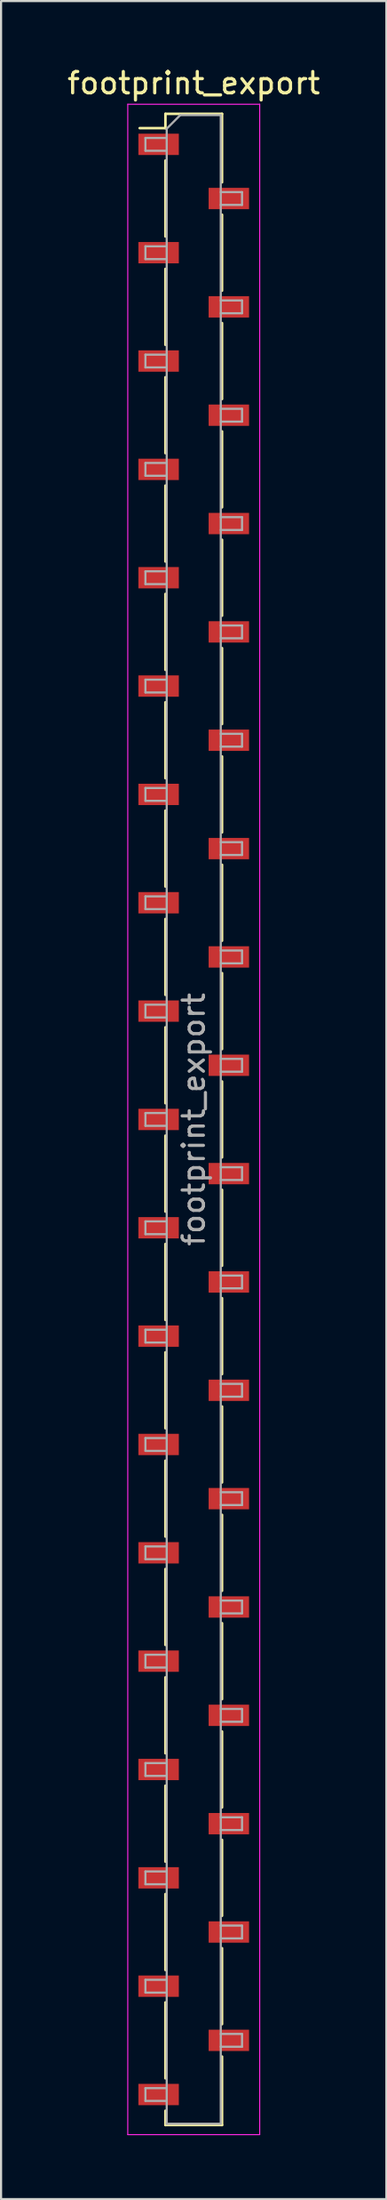
<source format=kicad_pcb>
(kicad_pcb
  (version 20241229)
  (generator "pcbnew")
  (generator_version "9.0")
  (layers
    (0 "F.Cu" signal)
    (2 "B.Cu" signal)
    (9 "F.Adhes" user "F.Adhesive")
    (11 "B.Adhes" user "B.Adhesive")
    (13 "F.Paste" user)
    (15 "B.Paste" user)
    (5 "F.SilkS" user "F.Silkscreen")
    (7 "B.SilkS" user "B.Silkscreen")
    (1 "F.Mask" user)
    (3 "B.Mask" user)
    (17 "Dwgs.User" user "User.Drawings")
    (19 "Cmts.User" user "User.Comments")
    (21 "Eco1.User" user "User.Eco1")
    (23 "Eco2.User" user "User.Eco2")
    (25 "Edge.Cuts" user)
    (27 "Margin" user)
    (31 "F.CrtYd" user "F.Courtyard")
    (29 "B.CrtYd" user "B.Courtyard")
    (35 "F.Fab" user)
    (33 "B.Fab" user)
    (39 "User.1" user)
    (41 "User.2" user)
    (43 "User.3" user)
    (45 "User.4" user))
  (footprint "footprint_export"
    (layer "F.Cu")
    (at 6.054 49.438)
    (property "Reference" "footprint_export" (at 0 -48.59 0) (layer "F.SilkS") (effects (font (size 1 1) (thickness 0.15))))
    (attr smd)
    (fp_line (start -2.54 -46.48) (end -1.33 -46.48) (stroke (width 0.12) (type solid)) (layer "F.SilkS"))
    (fp_line (start -1.33 -47.15) (end -1.33 -46.48) (stroke (width 0.12) (type solid)) (layer "F.SilkS"))
    (fp_line (start -1.33 -47.15) (end 1.33 -47.15) (stroke (width 0.12) (type solid)) (layer "F.SilkS"))
    (fp_line (start -1.33 -44.96) (end -1.33 -41.4) (stroke (width 0.12) (type solid)) (layer "F.SilkS"))
    (fp_line (start -1.33 -39.88) (end -1.33 -36.32) (stroke (width 0.12) (type solid)) (layer "F.SilkS"))
    (fp_line (start -1.33 -34.8) (end -1.33 -31.24) (stroke (width 0.12) (type solid)) (layer "F.SilkS"))
    (fp_line (start -1.33 -29.72) (end -1.33 -26.16) (stroke (width 0.12) (type solid)) (layer "F.SilkS"))
    (fp_line (start -1.33 -24.64) (end -1.33 -21.08) (stroke (width 0.12) (type solid)) (layer "F.SilkS"))
    (fp_line (start -1.33 -19.56) (end -1.33 -16) (stroke (width 0.12) (type solid)) (layer "F.SilkS"))
    (fp_line (start -1.33 -14.48) (end -1.33 -10.92) (stroke (width 0.12) (type solid)) (layer "F.SilkS"))
    (fp_line (start -1.33 -9.4) (end -1.33 -5.84) (stroke (width 0.12) (type solid)) (layer "F.SilkS"))
    (fp_line (start -1.33 -4.32) (end -1.33 -0.76) (stroke (width 0.12) (type solid)) (layer "F.SilkS"))
    (fp_line (start -1.33 0.76) (end -1.33 4.32) (stroke (width 0.12) (type solid)) (layer "F.SilkS"))
    (fp_line (start -1.33 5.84) (end -1.33 9.4) (stroke (width 0.12) (type solid)) (layer "F.SilkS"))
    (fp_line (start -1.33 10.92) (end -1.33 14.48) (stroke (width 0.12) (type solid)) (layer "F.SilkS"))
    (fp_line (start -1.33 16) (end -1.33 19.56) (stroke (width 0.12) (type solid)) (layer "F.SilkS"))
    (fp_line (start -1.33 21.08) (end -1.33 24.64) (stroke (width 0.12) (type solid)) (layer "F.SilkS"))
    (fp_line (start -1.33 26.16) (end -1.33 29.72) (stroke (width 0.12) (type solid)) (layer "F.SilkS"))
    (fp_line (start -1.33 31.24) (end -1.33 34.8) (stroke (width 0.12) (type solid)) (layer "F.SilkS"))
    (fp_line (start -1.33 36.32) (end -1.33 39.88) (stroke (width 0.12) (type solid)) (layer "F.SilkS"))
    (fp_line (start -1.33 41.4) (end -1.33 44.96) (stroke (width 0.12) (type solid)) (layer "F.SilkS"))
    (fp_line (start -1.33 46.48) (end -1.33 47.15) (stroke (width 0.12) (type solid)) (layer "F.SilkS"))
    (fp_line (start -1.33 47.15) (end 1.33 47.15) (stroke (width 0.12) (type solid)) (layer "F.SilkS"))
    (fp_line (start 1.33 -47.15) (end 1.33 -43.94) (stroke (width 0.12) (type solid)) (layer "F.SilkS"))
    (fp_line (start 1.33 -42.42) (end 1.33 -38.86) (stroke (width 0.12) (type solid)) (layer "F.SilkS"))
    (fp_line (start 1.33 -37.34) (end 1.33 -33.78) (stroke (width 0.12) (type solid)) (layer "F.SilkS"))
    (fp_line (start 1.33 -32.26) (end 1.33 -28.7) (stroke (width 0.12) (type solid)) (layer "F.SilkS"))
    (fp_line (start 1.33 -27.18) (end 1.33 -23.62) (stroke (width 0.12) (type solid)) (layer "F.SilkS"))
    (fp_line (start 1.33 -22.1) (end 1.33 -18.54) (stroke (width 0.12) (type solid)) (layer "F.SilkS"))
    (fp_line (start 1.33 -17.02) (end 1.33 -13.46) (stroke (width 0.12) (type solid)) (layer "F.SilkS"))
    (fp_line (start 1.33 -11.94) (end 1.33 -8.38) (stroke (width 0.12) (type solid)) (layer "F.SilkS"))
    (fp_line (start 1.33 -6.86) (end 1.33 -3.3) (stroke (width 0.12) (type solid)) (layer "F.SilkS"))
    (fp_line (start 1.33 -1.78) (end 1.33 1.78) (stroke (width 0.12) (type solid)) (layer "F.SilkS"))
    (fp_line (start 1.33 3.3) (end 1.33 6.86) (stroke (width 0.12) (type solid)) (layer "F.SilkS"))
    (fp_line (start 1.33 8.38) (end 1.33 11.94) (stroke (width 0.12) (type solid)) (layer "F.SilkS"))
    (fp_line (start 1.33 13.46) (end 1.33 17.02) (stroke (width 0.12) (type solid)) (layer "F.SilkS"))
    (fp_line (start 1.33 18.54) (end 1.33 22.1) (stroke (width 0.12) (type solid)) (layer "F.SilkS"))
    (fp_line (start 1.33 23.62) (end 1.33 27.18) (stroke (width 0.12) (type solid)) (layer "F.SilkS"))
    (fp_line (start 1.33 28.7) (end 1.33 32.26) (stroke (width 0.12) (type solid)) (layer "F.SilkS"))
    (fp_line (start 1.33 33.78) (end 1.33 37.34) (stroke (width 0.12) (type solid)) (layer "F.SilkS"))
    (fp_line (start 1.33 38.86) (end 1.33 42.42) (stroke (width 0.12) (type solid)) (layer "F.SilkS"))
    (fp_line (start 1.33 43.94) (end 1.33 47.15) (stroke (width 0.12) (type solid)) (layer "F.SilkS"))
    (fp_line (start -3.1 -47.6) (end 3.1 -47.6) (stroke (width 0.05) (type solid)) (layer "F.CrtYd"))
    (fp_line (start -3.1 47.6) (end -3.1 -47.6) (stroke (width 0.05) (type solid)) (layer "F.CrtYd"))
    (fp_line (start 3.1 -47.6) (end 3.1 47.6) (stroke (width 0.05) (type solid)) (layer "F.CrtYd"))
    (fp_line (start 3.1 47.6) (end -3.1 47.6) (stroke (width 0.05) (type solid)) (layer "F.CrtYd"))
    (fp_line (start -2.27 -46.02) (end -1.27 -46.02) (stroke (width 0.1) (type solid)) (layer "F.Fab"))
    (fp_line (start -2.27 -45.42) (end -2.27 -46.02) (stroke (width 0.1) (type solid)) (layer "F.Fab"))
    (fp_line (start -2.27 -40.94) (end -1.27 -40.94) (stroke (width 0.1) (type solid)) (layer "F.Fab"))
    (fp_line (start -2.27 -40.34) (end -2.27 -40.94) (stroke (width 0.1) (type solid)) (layer "F.Fab"))
    (fp_line (start -2.27 -35.86) (end -1.27 -35.86) (stroke (width 0.1) (type solid)) (layer "F.Fab"))
    (fp_line (start -2.27 -35.26) (end -2.27 -35.86) (stroke (width 0.1) (type solid)) (layer "F.Fab"))
    (fp_line (start -2.27 -30.78) (end -1.27 -30.78) (stroke (width 0.1) (type solid)) (layer "F.Fab"))
    (fp_line (start -2.27 -30.18) (end -2.27 -30.78) (stroke (width 0.1) (type solid)) (layer "F.Fab"))
    (fp_line (start -2.27 -25.7) (end -1.27 -25.7) (stroke (width 0.1) (type solid)) (layer "F.Fab"))
    (fp_line (start -2.27 -25.1) (end -2.27 -25.7) (stroke (width 0.1) (type solid)) (layer "F.Fab"))
    (fp_line (start -2.27 -20.62) (end -1.27 -20.62) (stroke (width 0.1) (type solid)) (layer "F.Fab"))
    (fp_line (start -2.27 -20.02) (end -2.27 -20.62) (stroke (width 0.1) (type solid)) (layer "F.Fab"))
    (fp_line (start -2.27 -15.54) (end -1.27 -15.54) (stroke (width 0.1) (type solid)) (layer "F.Fab"))
    (fp_line (start -2.27 -14.94) (end -2.27 -15.54) (stroke (width 0.1) (type solid)) (layer "F.Fab"))
    (fp_line (start -2.27 -10.46) (end -1.27 -10.46) (stroke (width 0.1) (type solid)) (layer "F.Fab"))
    (fp_line (start -2.27 -9.86) (end -2.27 -10.46) (stroke (width 0.1) (type solid)) (layer "F.Fab"))
    (fp_line (start -2.27 -5.38) (end -1.27 -5.38) (stroke (width 0.1) (type solid)) (layer "F.Fab"))
    (fp_line (start -2.27 -4.78) (end -2.27 -5.38) (stroke (width 0.1) (type solid)) (layer "F.Fab"))
    (fp_line (start -2.27 -0.3) (end -1.27 -0.3) (stroke (width 0.1) (type solid)) (layer "F.Fab"))
    (fp_line (start -2.27 0.3) (end -2.27 -0.3) (stroke (width 0.1) (type solid)) (layer "F.Fab"))
    (fp_line (start -2.27 4.78) (end -1.27 4.78) (stroke (width 0.1) (type solid)) (layer "F.Fab"))
    (fp_line (start -2.27 5.38) (end -2.27 4.78) (stroke (width 0.1) (type solid)) (layer "F.Fab"))
    (fp_line (start -2.27 9.86) (end -1.27 9.86) (stroke (width 0.1) (type solid)) (layer "F.Fab"))
    (fp_line (start -2.27 10.46) (end -2.27 9.86) (stroke (width 0.1) (type solid)) (layer "F.Fab"))
    (fp_line (start -2.27 14.94) (end -1.27 14.94) (stroke (width 0.1) (type solid)) (layer "F.Fab"))
    (fp_line (start -2.27 15.54) (end -2.27 14.94) (stroke (width 0.1) (type solid)) (layer "F.Fab"))
    (fp_line (start -2.27 20.02) (end -1.27 20.02) (stroke (width 0.1) (type solid)) (layer "F.Fab"))
    (fp_line (start -2.27 20.62) (end -2.27 20.02) (stroke (width 0.1) (type solid)) (layer "F.Fab"))
    (fp_line (start -2.27 25.1) (end -1.27 25.1) (stroke (width 0.1) (type solid)) (layer "F.Fab"))
    (fp_line (start -2.27 25.7) (end -2.27 25.1) (stroke (width 0.1) (type solid)) (layer "F.Fab"))
    (fp_line (start -2.27 30.18) (end -1.27 30.18) (stroke (width 0.1) (type solid)) (layer "F.Fab"))
    (fp_line (start -2.27 30.78) (end -2.27 30.18) (stroke (width 0.1) (type solid)) (layer "F.Fab"))
    (fp_line (start -2.27 35.26) (end -1.27 35.26) (stroke (width 0.1) (type solid)) (layer "F.Fab"))
    (fp_line (start -2.27 35.86) (end -2.27 35.26) (stroke (width 0.1) (type solid)) (layer "F.Fab"))
    (fp_line (start -2.27 40.34) (end -1.27 40.34) (stroke (width 0.1) (type solid)) (layer "F.Fab"))
    (fp_line (start -2.27 40.94) (end -2.27 40.34) (stroke (width 0.1) (type solid)) (layer "F.Fab"))
    (fp_line (start -2.27 45.42) (end -1.27 45.42) (stroke (width 0.1) (type solid)) (layer "F.Fab"))
    (fp_line (start -2.27 46.02) (end -2.27 45.42) (stroke (width 0.1) (type solid)) (layer "F.Fab"))
    (fp_line (start -1.27 -46.455) (end -0.635 -47.09) (stroke (width 0.1) (type solid)) (layer "F.Fab"))
    (fp_line (start -1.27 -45.42) (end -2.27 -45.42) (stroke (width 0.1) (type solid)) (layer "F.Fab"))
    (fp_line (start -1.27 -40.34) (end -2.27 -40.34) (stroke (width 0.1) (type solid)) (layer "F.Fab"))
    (fp_line (start -1.27 -35.26) (end -2.27 -35.26) (stroke (width 0.1) (type solid)) (layer "F.Fab"))
    (fp_line (start -1.27 -30.18) (end -2.27 -30.18) (stroke (width 0.1) (type solid)) (layer "F.Fab"))
    (fp_line (start -1.27 -25.1) (end -2.27 -25.1) (stroke (width 0.1) (type solid)) (layer "F.Fab"))
    (fp_line (start -1.27 -20.02) (end -2.27 -20.02) (stroke (width 0.1) (type solid)) (layer "F.Fab"))
    (fp_line (start -1.27 -14.94) (end -2.27 -14.94) (stroke (width 0.1) (type solid)) (layer "F.Fab"))
    (fp_line (start -1.27 -9.86) (end -2.27 -9.86) (stroke (width 0.1) (type solid)) (layer "F.Fab"))
    (fp_line (start -1.27 -4.78) (end -2.27 -4.78) (stroke (width 0.1) (type solid)) (layer "F.Fab"))
    (fp_line (start -1.27 0.3) (end -2.27 0.3) (stroke (width 0.1) (type solid)) (layer "F.Fab"))
    (fp_line (start -1.27 5.38) (end -2.27 5.38) (stroke (width 0.1) (type solid)) (layer "F.Fab"))
    (fp_line (start -1.27 10.46) (end -2.27 10.46) (stroke (width 0.1) (type solid)) (layer "F.Fab"))
    (fp_line (start -1.27 15.54) (end -2.27 15.54) (stroke (width 0.1) (type solid)) (layer "F.Fab"))
    (fp_line (start -1.27 20.62) (end -2.27 20.62) (stroke (width 0.1) (type solid)) (layer "F.Fab"))
    (fp_line (start -1.27 25.7) (end -2.27 25.7) (stroke (width 0.1) (type solid)) (layer "F.Fab"))
    (fp_line (start -1.27 30.78) (end -2.27 30.78) (stroke (width 0.1) (type solid)) (layer "F.Fab"))
    (fp_line (start -1.27 35.86) (end -2.27 35.86) (stroke (width 0.1) (type solid)) (layer "F.Fab"))
    (fp_line (start -1.27 40.94) (end -2.27 40.94) (stroke (width 0.1) (type solid)) (layer "F.Fab"))
    (fp_line (start -1.27 46.02) (end -2.27 46.02) (stroke (width 0.1) (type solid)) (layer "F.Fab"))
    (fp_line (start -1.27 47.09) (end -1.27 -46.455) (stroke (width 0.1) (type solid)) (layer "F.Fab"))
    (fp_line (start -0.635 -47.09) (end 1.27 -47.09) (stroke (width 0.1) (type solid)) (layer "F.Fab"))
    (fp_line (start 1.27 -47.09) (end 1.27 47.09) (stroke (width 0.1) (type solid)) (layer "F.Fab"))
    (fp_line (start 1.27 -43.48) (end 2.27 -43.48) (stroke (width 0.1) (type solid)) (layer "F.Fab"))
    (fp_line (start 1.27 -38.4) (end 2.27 -38.4) (stroke (width 0.1) (type solid)) (layer "F.Fab"))
    (fp_line (start 1.27 -33.32) (end 2.27 -33.32) (stroke (width 0.1) (type solid)) (layer "F.Fab"))
    (fp_line (start 1.27 -28.24) (end 2.27 -28.24) (stroke (width 0.1) (type solid)) (layer "F.Fab"))
    (fp_line (start 1.27 -23.16) (end 2.27 -23.16) (stroke (width 0.1) (type solid)) (layer "F.Fab"))
    (fp_line (start 1.27 -18.08) (end 2.27 -18.08) (stroke (width 0.1) (type solid)) (layer "F.Fab"))
    (fp_line (start 1.27 -13) (end 2.27 -13) (stroke (width 0.1) (type solid)) (layer "F.Fab"))
    (fp_line (start 1.27 -7.92) (end 2.27 -7.92) (stroke (width 0.1) (type solid)) (layer "F.Fab"))
    (fp_line (start 1.27 -2.84) (end 2.27 -2.84) (stroke (width 0.1) (type solid)) (layer "F.Fab"))
    (fp_line (start 1.27 2.24) (end 2.27 2.24) (stroke (width 0.1) (type solid)) (layer "F.Fab"))
    (fp_line (start 1.27 7.32) (end 2.27 7.32) (stroke (width 0.1) (type solid)) (layer "F.Fab"))
    (fp_line (start 1.27 12.4) (end 2.27 12.4) (stroke (width 0.1) (type solid)) (layer "F.Fab"))
    (fp_line (start 1.27 17.48) (end 2.27 17.48) (stroke (width 0.1) (type solid)) (layer "F.Fab"))
    (fp_line (start 1.27 22.56) (end 2.27 22.56) (stroke (width 0.1) (type solid)) (layer "F.Fab"))
    (fp_line (start 1.27 27.64) (end 2.27 27.64) (stroke (width 0.1) (type solid)) (layer "F.Fab"))
    (fp_line (start 1.27 32.72) (end 2.27 32.72) (stroke (width 0.1) (type solid)) (layer "F.Fab"))
    (fp_line (start 1.27 37.8) (end 2.27 37.8) (stroke (width 0.1) (type solid)) (layer "F.Fab"))
    (fp_line (start 1.27 42.88) (end 2.27 42.88) (stroke (width 0.1) (type solid)) (layer "F.Fab"))
    (fp_line (start 1.27 47.09) (end -1.27 47.09) (stroke (width 0.1) (type solid)) (layer "F.Fab"))
    (fp_line (start 2.27 -43.48) (end 2.27 -42.88) (stroke (width 0.1) (type solid)) (layer "F.Fab"))
    (fp_line (start 2.27 -42.88) (end 1.27 -42.88) (stroke (width 0.1) (type solid)) (layer "F.Fab"))
    (fp_line (start 2.27 -38.4) (end 2.27 -37.8) (stroke (width 0.1) (type solid)) (layer "F.Fab"))
    (fp_line (start 2.27 -37.8) (end 1.27 -37.8) (stroke (width 0.1) (type solid)) (layer "F.Fab"))
    (fp_line (start 2.27 -33.32) (end 2.27 -32.72) (stroke (width 0.1) (type solid)) (layer "F.Fab"))
    (fp_line (start 2.27 -32.72) (end 1.27 -32.72) (stroke (width 0.1) (type solid)) (layer "F.Fab"))
    (fp_line (start 2.27 -28.24) (end 2.27 -27.64) (stroke (width 0.1) (type solid)) (layer "F.Fab"))
    (fp_line (start 2.27 -27.64) (end 1.27 -27.64) (stroke (width 0.1) (type solid)) (layer "F.Fab"))
    (fp_line (start 2.27 -23.16) (end 2.27 -22.56) (stroke (width 0.1) (type solid)) (layer "F.Fab"))
    (fp_line (start 2.27 -22.56) (end 1.27 -22.56) (stroke (width 0.1) (type solid)) (layer "F.Fab"))
    (fp_line (start 2.27 -18.08) (end 2.27 -17.48) (stroke (width 0.1) (type solid)) (layer "F.Fab"))
    (fp_line (start 2.27 -17.48) (end 1.27 -17.48) (stroke (width 0.1) (type solid)) (layer "F.Fab"))
    (fp_line (start 2.27 -13) (end 2.27 -12.4) (stroke (width 0.1) (type solid)) (layer "F.Fab"))
    (fp_line (start 2.27 -12.4) (end 1.27 -12.4) (stroke (width 0.1) (type solid)) (layer "F.Fab"))
    (fp_line (start 2.27 -7.92) (end 2.27 -7.32) (stroke (width 0.1) (type solid)) (layer "F.Fab"))
    (fp_line (start 2.27 -7.32) (end 1.27 -7.32) (stroke (width 0.1) (type solid)) (layer "F.Fab"))
    (fp_line (start 2.27 -2.84) (end 2.27 -2.24) (stroke (width 0.1) (type solid)) (layer "F.Fab"))
    (fp_line (start 2.27 -2.24) (end 1.27 -2.24) (stroke (width 0.1) (type solid)) (layer "F.Fab"))
    (fp_line (start 2.27 2.24) (end 2.27 2.84) (stroke (width 0.1) (type solid)) (layer "F.Fab"))
    (fp_line (start 2.27 2.84) (end 1.27 2.84) (stroke (width 0.1) (type solid)) (layer "F.Fab"))
    (fp_line (start 2.27 7.32) (end 2.27 7.92) (stroke (width 0.1) (type solid)) (layer "F.Fab"))
    (fp_line (start 2.27 7.92) (end 1.27 7.92) (stroke (width 0.1) (type solid)) (layer "F.Fab"))
    (fp_line (start 2.27 12.4) (end 2.27 13) (stroke (width 0.1) (type solid)) (layer "F.Fab"))
    (fp_line (start 2.27 13) (end 1.27 13) (stroke (width 0.1) (type solid)) (layer "F.Fab"))
    (fp_line (start 2.27 17.48) (end 2.27 18.08) (stroke (width 0.1) (type solid)) (layer "F.Fab"))
    (fp_line (start 2.27 18.08) (end 1.27 18.08) (stroke (width 0.1) (type solid)) (layer "F.Fab"))
    (fp_line (start 2.27 22.56) (end 2.27 23.16) (stroke (width 0.1) (type solid)) (layer "F.Fab"))
    (fp_line (start 2.27 23.16) (end 1.27 23.16) (stroke (width 0.1) (type solid)) (layer "F.Fab"))
    (fp_line (start 2.27 27.64) (end 2.27 28.24) (stroke (width 0.1) (type solid)) (layer "F.Fab"))
    (fp_line (start 2.27 28.24) (end 1.27 28.24) (stroke (width 0.1) (type solid)) (layer "F.Fab"))
    (fp_line (start 2.27 32.72) (end 2.27 33.32) (stroke (width 0.1) (type solid)) (layer "F.Fab"))
    (fp_line (start 2.27 33.32) (end 1.27 33.32) (stroke (width 0.1) (type solid)) (layer "F.Fab"))
    (fp_line (start 2.27 37.8) (end 2.27 38.4) (stroke (width 0.1) (type solid)) (layer "F.Fab"))
    (fp_line (start 2.27 38.4) (end 1.27 38.4) (stroke (width 0.1) (type solid)) (layer "F.Fab"))
    (fp_line (start 2.27 42.88) (end 2.27 43.48) (stroke (width 0.1) (type solid)) (layer "F.Fab"))
    (fp_line (start 2.27 43.48) (end 1.27 43.48) (stroke (width 0.1) (type solid)) (layer "F.Fab"))
    (fp_text user "${REFERENCE}" (at 0 0 90) (layer "F.Fab") (effects (font (size 1 1) (thickness 0.15))))
    (pad "1" smd rect (at -1.65 -45.72) (size 1.9 1) (layers "F.Cu" "F.Mask" "F.Paste"))
    (pad "2" smd rect (at 1.65 -43.18) (size 1.9 1) (layers "F.Cu" "F.Mask" "F.Paste"))
    (pad "3" smd rect (at -1.65 -40.64) (size 1.9 1) (layers "F.Cu" "F.Mask" "F.Paste"))
    (pad "4" smd rect (at 1.65 -38.1) (size 1.9 1) (layers "F.Cu" "F.Mask" "F.Paste"))
    (pad "5" smd rect (at -1.65 -35.56) (size 1.9 1) (layers "F.Cu" "F.Mask" "F.Paste"))
    (pad "6" smd rect (at 1.65 -33.02) (size 1.9 1) (layers "F.Cu" "F.Mask" "F.Paste"))
    (pad "7" smd rect (at -1.65 -30.48) (size 1.9 1) (layers "F.Cu" "F.Mask" "F.Paste"))
    (pad "8" smd rect (at 1.65 -27.94) (size 1.9 1) (layers "F.Cu" "F.Mask" "F.Paste"))
    (pad "9" smd rect (at -1.65 -25.4) (size 1.9 1) (layers "F.Cu" "F.Mask" "F.Paste"))
    (pad "10" smd rect (at 1.65 -22.86) (size 1.9 1) (layers "F.Cu" "F.Mask" "F.Paste"))
    (pad "11" smd rect (at -1.65 -20.32) (size 1.9 1) (layers "F.Cu" "F.Mask" "F.Paste"))
    (pad "12" smd rect (at 1.65 -17.78) (size 1.9 1) (layers "F.Cu" "F.Mask" "F.Paste"))
    (pad "13" smd rect (at -1.65 -15.24) (size 1.9 1) (layers "F.Cu" "F.Mask" "F.Paste"))
    (pad "14" smd rect (at 1.65 -12.7) (size 1.9 1) (layers "F.Cu" "F.Mask" "F.Paste"))
    (pad "15" smd rect (at -1.65 -10.16) (size 1.9 1) (layers "F.Cu" "F.Mask" "F.Paste"))
    (pad "16" smd rect (at 1.65 -7.62) (size 1.9 1) (layers "F.Cu" "F.Mask" "F.Paste"))
    (pad "17" smd rect (at -1.65 -5.08) (size 1.9 1) (layers "F.Cu" "F.Mask" "F.Paste"))
    (pad "18" smd rect (at 1.65 -2.54) (size 1.9 1) (layers "F.Cu" "F.Mask" "F.Paste"))
    (pad "19" smd rect (at -1.65 0) (size 1.9 1) (layers "F.Cu" "F.Mask" "F.Paste"))
    (pad "20" smd rect (at 1.65 2.54) (size 1.9 1) (layers "F.Cu" "F.Mask" "F.Paste"))
    (pad "21" smd rect (at -1.65 5.08) (size 1.9 1) (layers "F.Cu" "F.Mask" "F.Paste"))
    (pad "22" smd rect (at 1.65 7.62) (size 1.9 1) (layers "F.Cu" "F.Mask" "F.Paste"))
    (pad "23" smd rect (at -1.65 10.16) (size 1.9 1) (layers "F.Cu" "F.Mask" "F.Paste"))
    (pad "24" smd rect (at 1.65 12.7) (size 1.9 1) (layers "F.Cu" "F.Mask" "F.Paste"))
    (pad "25" smd rect (at -1.65 15.24) (size 1.9 1) (layers "F.Cu" "F.Mask" "F.Paste"))
    (pad "26" smd rect (at 1.65 17.78) (size 1.9 1) (layers "F.Cu" "F.Mask" "F.Paste"))
    (pad "27" smd rect (at -1.65 20.32) (size 1.9 1) (layers "F.Cu" "F.Mask" "F.Paste"))
    (pad "28" smd rect (at 1.65 22.86) (size 1.9 1) (layers "F.Cu" "F.Mask" "F.Paste"))
    (pad "29" smd rect (at -1.65 25.4) (size 1.9 1) (layers "F.Cu" "F.Mask" "F.Paste"))
    (pad "30" smd rect (at 1.65 27.94) (size 1.9 1) (layers "F.Cu" "F.Mask" "F.Paste"))
    (pad "31" smd rect (at -1.65 30.48) (size 1.9 1) (layers "F.Cu" "F.Mask" "F.Paste"))
    (pad "32" smd rect (at 1.65 33.02) (size 1.9 1) (layers "F.Cu" "F.Mask" "F.Paste"))
    (pad "33" smd rect (at -1.65 35.56) (size 1.9 1) (layers "F.Cu" "F.Mask" "F.Paste"))
    (pad "34" smd rect (at 1.65 38.1) (size 1.9 1) (layers "F.Cu" "F.Mask" "F.Paste"))
    (pad "35" smd rect (at -1.65 40.64) (size 1.9 1) (layers "F.Cu" "F.Mask" "F.Paste"))
    (pad "36" smd rect (at 1.65 43.18) (size 1.9 1) (layers "F.Cu" "F.Mask" "F.Paste"))
    (pad "37" smd rect (at -1.65 45.72) (size 1.9 1) (layers "F.Cu" "F.Mask" "F.Paste")))
  (gr_rect
    (start -3 -3)
    (end 15.107 100.063)
    (stroke (width 0.1) (type default))
    (fill no)
    (layer "Edge.Cuts")))
</source>
